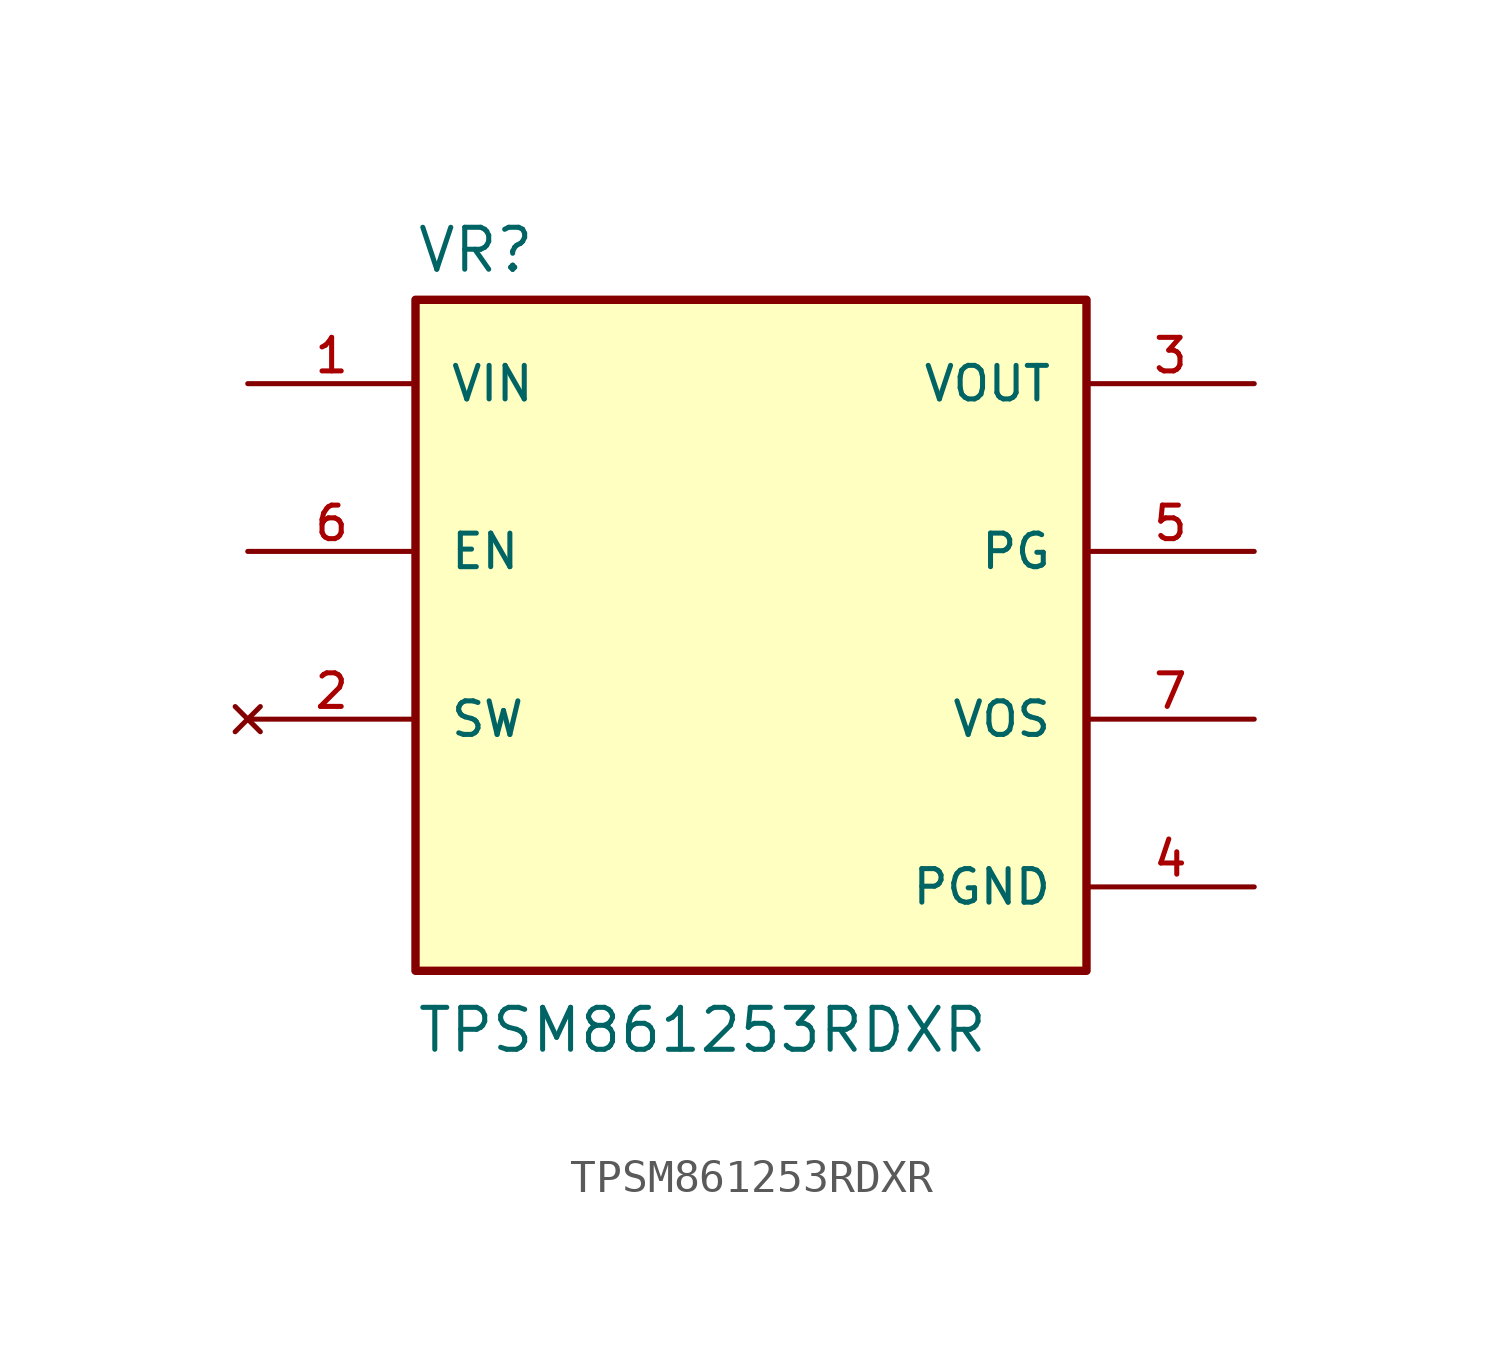
<source format=kicad_sym>
(kicad_symbol_lib
  (version 20211014)
  (generator kicad_symbol_editor)
  (symbol "TPSM861253RDXR"
    (pin_names
      (offset 1.016))
    (property "Reference" "VR"
      (at -10.16 10.922 0)
      (effects (font (size 1.27 1.27)) (justify bottom left)))
    (property "Value" "TPSM861253RDXR"
      (at -10.16 -12.7 0)
      (effects (font (size 1.27 1.27)) (justify bottom left)))
    (symbol "TPSM861253RDXR_0_0"
      (rectangle (start -10.16 -10.16) (end 10.16 10.16) (stroke (width 0.254)) (fill (type background)))
      (pin input line (at 15.24 -2.54 180.0) (length 5.08) (name "VOS" (effects (font (size 1.016 1.016)))) (number "7" (effects (font (size 1.016 1.016)))))
      (pin input line (at -15.24 2.54 0) (length 5.08) (name "EN" (effects (font (size 1.016 1.016)))) (number "6" (effects (font (size 1.016 1.016)))))
      (pin output line (at 15.24 2.54 180.0) (length 5.08) (name "PG" (effects (font (size 1.016 1.016)))) (number "5" (effects (font (size 1.016 1.016)))))
      (pin power_in line (at 15.24 -7.62 180.0) (length 5.08) (name "PGND" (effects (font (size 1.016 1.016)))) (number "4" (effects (font (size 1.016 1.016)))))
      (pin output line (at 15.24 7.62 180.0) (length 5.08) (name "VOUT" (effects (font (size 1.016 1.016)))) (number "3" (effects (font (size 1.016 1.016)))))
      (pin no_connect line (at -15.24 -2.54 0) (length 5.08) (name "SW" (effects (font (size 1.016 1.016)))) (number "2" (effects (font (size 1.016 1.016)))))
      (pin input line (at -15.24 7.62 0) (length 5.08) (name "VIN" (effects (font (size 1.016 1.016)))) (number "1" (effects (font (size 1.016 1.016))))))))
</source>
